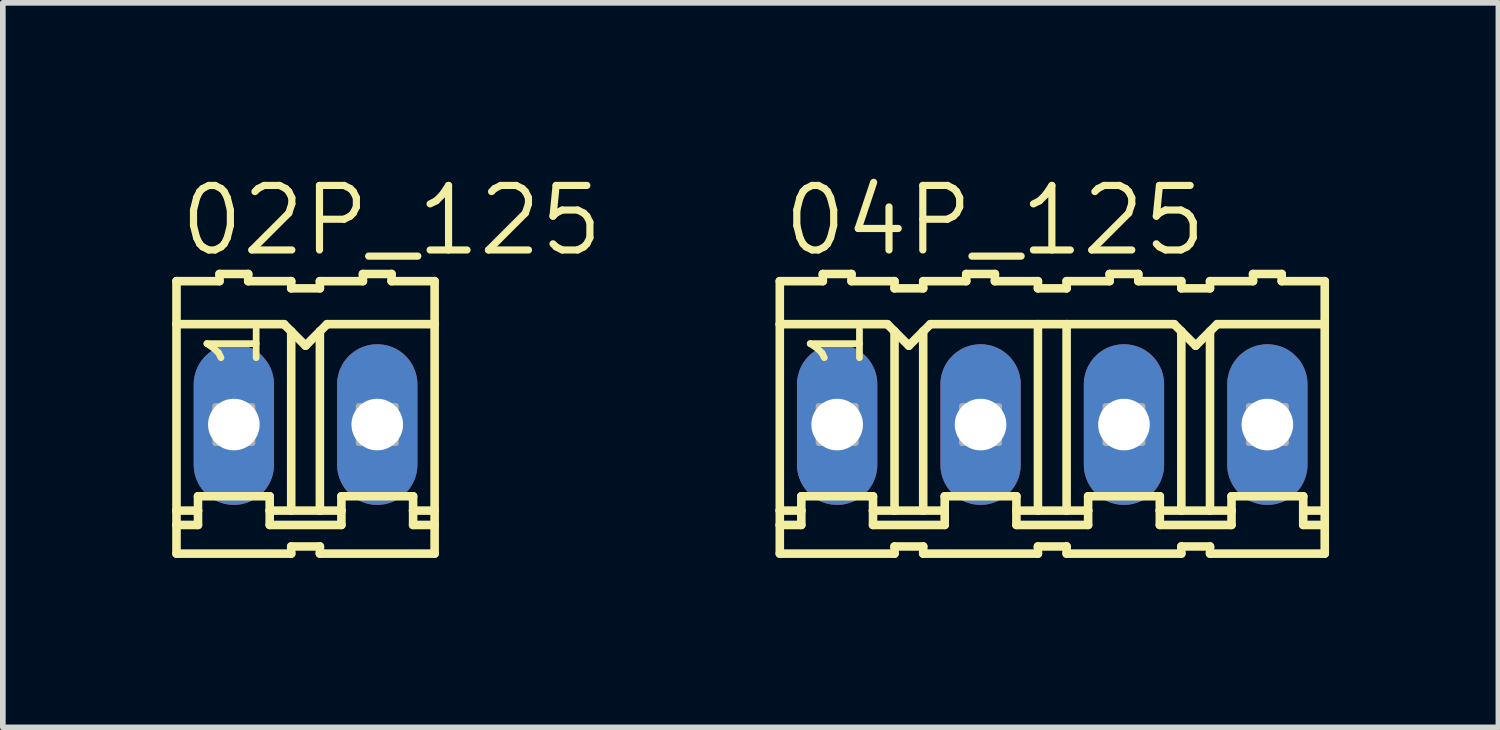
<source format=kicad_pcb>
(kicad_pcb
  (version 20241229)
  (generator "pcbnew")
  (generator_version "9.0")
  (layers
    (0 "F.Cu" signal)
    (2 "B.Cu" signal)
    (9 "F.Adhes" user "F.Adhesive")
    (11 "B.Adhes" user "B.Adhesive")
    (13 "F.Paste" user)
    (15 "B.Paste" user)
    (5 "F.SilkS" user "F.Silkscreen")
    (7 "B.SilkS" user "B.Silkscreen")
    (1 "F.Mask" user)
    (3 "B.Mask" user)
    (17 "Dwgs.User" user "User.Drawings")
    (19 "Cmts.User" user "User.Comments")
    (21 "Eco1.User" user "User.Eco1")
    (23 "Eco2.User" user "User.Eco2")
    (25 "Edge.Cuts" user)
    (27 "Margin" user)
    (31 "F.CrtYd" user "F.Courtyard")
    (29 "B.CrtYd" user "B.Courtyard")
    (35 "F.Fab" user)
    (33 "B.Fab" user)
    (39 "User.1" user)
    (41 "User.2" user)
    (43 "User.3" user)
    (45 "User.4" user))
  (footprint "04P_125"
    (layer "F.Cu")
    (at 15.588 4.47)
    (property "Reference" "04P_125" (at -4.826 -2.946 0) (unlocked yes) (layer "F.SilkS") (effects (font (size 1.143 1.143) (thickness 0.127)) (justify left bottom)))
    (fp_line (start -4.826 -2.54) (end -4.826 -1.778) (stroke (width 0.152) (type solid)) (layer "F.SilkS"))
    (fp_line (start -4.826 -2.54) (end -4.064 -2.54) (stroke (width 0.152) (type solid)) (layer "F.SilkS"))
    (fp_line (start -4.826 -1.778) (end -4.826 1.524) (stroke (width 0.152) (type solid)) (layer "F.SilkS"))
    (fp_line (start -4.826 1.524) (end -4.826 1.778) (stroke (width 0.152) (type solid)) (layer "F.SilkS"))
    (fp_line (start -4.826 1.778) (end -4.826 2.286) (stroke (width 0.152) (type solid)) (layer "F.SilkS"))
    (fp_line (start -4.826 1.778) (end -4.445 1.778) (stroke (width 0.152) (type solid)) (layer "F.SilkS"))
    (fp_line (start -4.445 1.27) (end -3.175 1.27) (stroke (width 0.152) (type solid)) (layer "F.SilkS"))
    (fp_line (start -4.445 1.524) (end -4.826 1.524) (stroke (width 0.152) (type solid)) (layer "F.SilkS"))
    (fp_line (start -4.445 1.524) (end -4.445 1.27) (stroke (width 0.152) (type solid)) (layer "F.SilkS"))
    (fp_line (start -4.445 1.778) (end -4.445 1.524) (stroke (width 0.152) (type solid)) (layer "F.SilkS"))
    (fp_line (start -4.064 -2.54) (end -4.064 -2.667) (stroke (width 0.152) (type solid)) (layer "F.SilkS"))
    (fp_line (start -3.556 -2.667) (end -4.064 -2.667) (stroke (width 0.152) (type solid)) (layer "F.SilkS"))
    (fp_line (start -3.556 -2.54) (end -3.556 -2.667) (stroke (width 0.152) (type solid)) (layer "F.SilkS"))
    (fp_line (start -3.175 1.524) (end -3.175 1.27) (stroke (width 0.152) (type solid)) (layer "F.SilkS"))
    (fp_line (start -3.175 1.524) (end -2.794 1.524) (stroke (width 0.152) (type solid)) (layer "F.SilkS"))
    (fp_line (start -3.175 1.778) (end -3.175 1.524) (stroke (width 0.152) (type solid)) (layer "F.SilkS"))
    (fp_line (start -2.921 -1.778) (end -4.826 -1.778) (stroke (width 0.152) (type solid)) (layer "F.SilkS"))
    (fp_line (start -2.921 -1.778) (end -2.794 -1.651) (stroke (width 0.152) (type solid)) (layer "F.SilkS"))
    (fp_line (start -2.794 -2.54) (end -3.556 -2.54) (stroke (width 0.152) (type solid)) (layer "F.SilkS"))
    (fp_line (start -2.794 -2.413) (end -2.794 -2.54) (stroke (width 0.152) (type solid)) (layer "F.SilkS"))
    (fp_line (start -2.794 -2.413) (end -2.286 -2.413) (stroke (width 0.152) (type solid)) (layer "F.SilkS"))
    (fp_line (start -2.794 -1.651) (end -2.794 1.524) (stroke (width 0.152) (type solid)) (layer "F.SilkS"))
    (fp_line (start -2.794 -1.651) (end -2.54 -1.397) (stroke (width 0.152) (type solid)) (layer "F.SilkS"))
    (fp_line (start -2.794 1.524) (end -2.286 1.524) (stroke (width 0.152) (type solid)) (layer "F.SilkS"))
    (fp_line (start -2.794 2.159) (end -2.794 2.286) (stroke (width 0.152) (type solid)) (layer "F.SilkS"))
    (fp_line (start -2.794 2.286) (end -4.826 2.286) (stroke (width 0.152) (type solid)) (layer "F.SilkS"))
    (fp_line (start -2.54 -1.397) (end -2.286 -1.651) (stroke (width 0.152) (type solid)) (layer "F.SilkS"))
    (fp_line (start -2.286 -2.54) (end -1.524 -2.54) (stroke (width 0.152) (type solid)) (layer "F.SilkS"))
    (fp_line (start -2.286 -2.413) (end -2.286 -2.54) (stroke (width 0.152) (type solid)) (layer "F.SilkS"))
    (fp_line (start -2.286 -1.651) (end -2.286 1.524) (stroke (width 0.152) (type solid)) (layer "F.SilkS"))
    (fp_line (start -2.286 -1.651) (end -2.159 -1.778) (stroke (width 0.152) (type solid)) (layer "F.SilkS"))
    (fp_line (start -2.286 1.524) (end -1.905 1.524) (stroke (width 0.152) (type solid)) (layer "F.SilkS"))
    (fp_line (start -2.286 2.159) (end -2.794 2.159) (stroke (width 0.152) (type solid)) (layer "F.SilkS"))
    (fp_line (start -2.286 2.159) (end -2.286 2.286) (stroke (width 0.152) (type solid)) (layer "F.SilkS"))
    (fp_line (start -2.286 2.286) (end -0.254 2.286) (stroke (width 0.152) (type solid)) (layer "F.SilkS"))
    (fp_line (start -2.159 -1.778) (end -0.254 -1.778) (stroke (width 0.152) (type solid)) (layer "F.SilkS"))
    (fp_line (start -1.905 1.27) (end -0.635 1.27) (stroke (width 0.152) (type solid)) (layer "F.SilkS"))
    (fp_line (start -1.905 1.524) (end -1.905 1.27) (stroke (width 0.152) (type solid)) (layer "F.SilkS"))
    (fp_line (start -1.905 1.778) (end -3.175 1.778) (stroke (width 0.152) (type solid)) (layer "F.SilkS"))
    (fp_line (start -1.905 1.778) (end -1.905 1.524) (stroke (width 0.152) (type solid)) (layer "F.SilkS"))
    (fp_line (start -1.524 -2.54) (end -1.524 -2.667) (stroke (width 0.152) (type solid)) (layer "F.SilkS"))
    (fp_line (start -1.016 -2.667) (end -1.524 -2.667) (stroke (width 0.152) (type solid)) (layer "F.SilkS"))
    (fp_line (start -1.016 -2.54) (end -1.016 -2.667) (stroke (width 0.152) (type solid)) (layer "F.SilkS"))
    (fp_line (start -1.016 -2.54) (end -0.254 -2.54) (stroke (width 0.152) (type solid)) (layer "F.SilkS"))
    (fp_line (start -0.635 1.524) (end -0.635 1.27) (stroke (width 0.152) (type solid)) (layer "F.SilkS"))
    (fp_line (start -0.635 1.524) (end -0.254 1.524) (stroke (width 0.152) (type solid)) (layer "F.SilkS"))
    (fp_line (start -0.635 1.778) (end -0.635 1.524) (stroke (width 0.152) (type solid)) (layer "F.SilkS"))
    (fp_line (start -0.635 1.778) (end 0.635 1.778) (stroke (width 0.152) (type solid)) (layer "F.SilkS"))
    (fp_line (start -0.254 -2.413) (end -0.254 -2.54) (stroke (width 0.152) (type solid)) (layer "F.SilkS"))
    (fp_line (start -0.254 -1.778) (end -0.254 1.524) (stroke (width 0.152) (type solid)) (layer "F.SilkS"))
    (fp_line (start -0.254 -1.778) (end 0.254 -1.778) (stroke (width 0.152) (type solid)) (layer "F.SilkS"))
    (fp_line (start -0.254 1.524) (end 0.254 1.524) (stroke (width 0.152) (type solid)) (layer "F.SilkS"))
    (fp_line (start -0.254 2.159) (end -0.254 2.286) (stroke (width 0.152) (type solid)) (layer "F.SilkS"))
    (fp_line (start 0.254 -2.54) (end 1.016 -2.54) (stroke (width 0.152) (type solid)) (layer "F.SilkS"))
    (fp_line (start 0.254 -2.413) (end -0.254 -2.413) (stroke (width 0.152) (type solid)) (layer "F.SilkS"))
    (fp_line (start 0.254 -2.413) (end 0.254 -2.54) (stroke (width 0.152) (type solid)) (layer "F.SilkS"))
    (fp_line (start 0.254 -1.778) (end 0.254 1.524) (stroke (width 0.152) (type solid)) (layer "F.SilkS"))
    (fp_line (start 0.254 -1.778) (end 2.159 -1.778) (stroke (width 0.152) (type solid)) (layer "F.SilkS"))
    (fp_line (start 0.254 1.524) (end 0.635 1.524) (stroke (width 0.152) (type solid)) (layer "F.SilkS"))
    (fp_line (start 0.254 2.159) (end -0.254 2.159) (stroke (width 0.152) (type solid)) (layer "F.SilkS"))
    (fp_line (start 0.254 2.159) (end 0.254 2.286) (stroke (width 0.152) (type solid)) (layer "F.SilkS"))
    (fp_line (start 0.635 1.27) (end 1.905 1.27) (stroke (width 0.152) (type solid)) (layer "F.SilkS"))
    (fp_line (start 0.635 1.524) (end 0.635 1.27) (stroke (width 0.152) (type solid)) (layer "F.SilkS"))
    (fp_line (start 0.635 1.778) (end 0.635 1.524) (stroke (width 0.152) (type solid)) (layer "F.SilkS"))
    (fp_line (start 1.016 -2.54) (end 1.016 -2.667) (stroke (width 0.152) (type solid)) (layer "F.SilkS"))
    (fp_line (start 1.524 -2.667) (end 1.016 -2.667) (stroke (width 0.152) (type solid)) (layer "F.SilkS"))
    (fp_line (start 1.524 -2.54) (end 1.524 -2.667) (stroke (width 0.152) (type solid)) (layer "F.SilkS"))
    (fp_line (start 1.524 -2.54) (end 2.286 -2.54) (stroke (width 0.152) (type solid)) (layer "F.SilkS"))
    (fp_line (start 1.905 1.524) (end 1.905 1.27) (stroke (width 0.152) (type solid)) (layer "F.SilkS"))
    (fp_line (start 1.905 1.524) (end 2.286 1.524) (stroke (width 0.152) (type solid)) (layer "F.SilkS"))
    (fp_line (start 1.905 1.778) (end 1.905 1.524) (stroke (width 0.152) (type solid)) (layer "F.SilkS"))
    (fp_line (start 1.905 1.778) (end 3.175 1.778) (stroke (width 0.152) (type solid)) (layer "F.SilkS"))
    (fp_line (start 2.159 -1.778) (end 2.286 -1.651) (stroke (width 0.152) (type solid)) (layer "F.SilkS"))
    (fp_line (start 2.286 -2.413) (end 2.286 -2.54) (stroke (width 0.152) (type solid)) (layer "F.SilkS"))
    (fp_line (start 2.286 -1.651) (end 2.286 1.524) (stroke (width 0.152) (type solid)) (layer "F.SilkS"))
    (fp_line (start 2.286 -1.651) (end 2.54 -1.397) (stroke (width 0.152) (type solid)) (layer "F.SilkS"))
    (fp_line (start 2.286 1.524) (end 2.794 1.524) (stroke (width 0.152) (type solid)) (layer "F.SilkS"))
    (fp_line (start 2.286 2.159) (end 2.286 2.286) (stroke (width 0.152) (type solid)) (layer "F.SilkS"))
    (fp_line (start 2.286 2.286) (end 0.254 2.286) (stroke (width 0.152) (type solid)) (layer "F.SilkS"))
    (fp_line (start 2.54 -1.397) (end 2.921 -1.778) (stroke (width 0.152) (type solid)) (layer "F.SilkS"))
    (fp_line (start 2.794 -2.54) (end 3.556 -2.54) (stroke (width 0.152) (type solid)) (layer "F.SilkS"))
    (fp_line (start 2.794 -2.413) (end 2.286 -2.413) (stroke (width 0.152) (type solid)) (layer "F.SilkS"))
    (fp_line (start 2.794 -2.413) (end 2.794 -2.54) (stroke (width 0.152) (type solid)) (layer "F.SilkS"))
    (fp_line (start 2.794 -1.651) (end 2.794 1.524) (stroke (width 0.152) (type solid)) (layer "F.SilkS"))
    (fp_line (start 2.794 1.524) (end 3.175 1.524) (stroke (width 0.152) (type solid)) (layer "F.SilkS"))
    (fp_line (start 2.794 2.159) (end 2.286 2.159) (stroke (width 0.152) (type solid)) (layer "F.SilkS"))
    (fp_line (start 2.794 2.159) (end 2.794 2.286) (stroke (width 0.152) (type solid)) (layer "F.SilkS"))
    (fp_line (start 2.921 -1.778) (end 4.826 -1.778) (stroke (width 0.152) (type solid)) (layer "F.SilkS"))
    (fp_line (start 3.175 1.27) (end 4.445 1.27) (stroke (width 0.152) (type solid)) (layer "F.SilkS"))
    (fp_line (start 3.175 1.524) (end 3.175 1.27) (stroke (width 0.152) (type solid)) (layer "F.SilkS"))
    (fp_line (start 3.175 1.778) (end 3.175 1.524) (stroke (width 0.152) (type solid)) (layer "F.SilkS"))
    (fp_line (start 3.556 -2.54) (end 3.556 -2.667) (stroke (width 0.152) (type solid)) (layer "F.SilkS"))
    (fp_line (start 4.064 -2.667) (end 3.556 -2.667) (stroke (width 0.152) (type solid)) (layer "F.SilkS"))
    (fp_line (start 4.064 -2.54) (end 4.064 -2.667) (stroke (width 0.152) (type solid)) (layer "F.SilkS"))
    (fp_line (start 4.064 -2.54) (end 4.826 -2.54) (stroke (width 0.152) (type solid)) (layer "F.SilkS"))
    (fp_line (start 4.445 1.524) (end 4.445 1.27) (stroke (width 0.152) (type solid)) (layer "F.SilkS"))
    (fp_line (start 4.445 1.524) (end 4.826 1.524) (stroke (width 0.152) (type solid)) (layer "F.SilkS"))
    (fp_line (start 4.445 1.778) (end 4.445 1.524) (stroke (width 0.152) (type solid)) (layer "F.SilkS"))
    (fp_line (start 4.826 -2.54) (end 4.826 -1.778) (stroke (width 0.152) (type solid)) (layer "F.SilkS"))
    (fp_line (start 4.826 -1.778) (end 4.826 1.524) (stroke (width 0.152) (type solid)) (layer "F.SilkS"))
    (fp_line (start 4.826 1.778) (end 4.445 1.778) (stroke (width 0.152) (type solid)) (layer "F.SilkS"))
    (fp_line (start 4.826 1.778) (end 4.826 1.524) (stroke (width 0.152) (type solid)) (layer "F.SilkS"))
    (fp_line (start 4.826 1.778) (end 4.826 2.286) (stroke (width 0.152) (type solid)) (layer "F.SilkS"))
    (fp_line (start 4.826 2.286) (end 2.794 2.286) (stroke (width 0.152) (type solid)) (layer "F.SilkS"))
    (fp_poly (pts (xy -4.14 0.33) (xy -3.48 0.33) (xy -3.48 -0.33) (xy -4.14 -0.33)) (stroke (width 0.1) (type default)) (fill no) (layer "F.Fab"))
    (fp_poly (pts (xy -1.6 0.33) (xy -0.94 0.33) (xy -0.94 -0.33) (xy -1.6 -0.33)) (stroke (width 0.1) (type default)) (fill no) (layer "F.Fab"))
    (fp_poly (pts (xy 0.94 0.33) (xy 1.6 0.33) (xy 1.6 -0.33) (xy 0.94 -0.33)) (stroke (width 0.1) (type default)) (fill no) (layer "F.Fab"))
    (fp_poly (pts (xy 3.48 0.33) (xy 4.14 0.33) (xy 4.14 -0.33) (xy 3.48 -0.33)) (stroke (width 0.1) (type default)) (fill no) (layer "F.Fab"))
    (fp_text user "1" (at -3.302 -0.94 90) (unlocked yes) (layer "F.SilkS") (effects (font (size 0.872 0.872) (thickness 0.119)) (justify left bottom)))
    (pad "1" thru_hole oval (at -3.81 0 90) (size 2.845 1.422) (drill 0.914) (layers "*.Cu" "*.Mask"))
    (pad "2" thru_hole oval (at -1.27 0 90) (size 2.845 1.422) (drill 0.914) (layers "*.Cu" "*.Mask"))
    (pad "3" thru_hole oval (at 1.27 0 90) (size 2.845 1.422) (drill 0.914) (layers "*.Cu" "*.Mask"))
    (pad "4" thru_hole oval (at 3.81 0 90) (size 2.845 1.422) (drill 0.914) (layers "*.Cu" "*.Mask")))
  (footprint "02P_125"
    (layer "F.Cu")
    (at 2.362 4.47)
    (property "Reference" "02P_125" (at -2.286 -2.946 0) (unlocked yes) (layer "F.SilkS") (effects (font (size 1.143 1.143) (thickness 0.127)) (justify left bottom)))
    (fp_line (start -2.286 -2.54) (end -2.286 -1.778) (stroke (width 0.152) (type solid)) (layer "F.SilkS"))
    (fp_line (start -2.286 -2.54) (end -1.524 -2.54) (stroke (width 0.152) (type solid)) (layer "F.SilkS"))
    (fp_line (start -2.286 -1.778) (end -2.286 1.524) (stroke (width 0.152) (type solid)) (layer "F.SilkS"))
    (fp_line (start -2.286 -1.778) (end -0.381 -1.778) (stroke (width 0.152) (type solid)) (layer "F.SilkS"))
    (fp_line (start -2.286 1.524) (end -2.286 1.778) (stroke (width 0.152) (type solid)) (layer "F.SilkS"))
    (fp_line (start -2.286 1.778) (end -2.286 2.286) (stroke (width 0.152) (type solid)) (layer "F.SilkS"))
    (fp_line (start -2.286 1.778) (end -1.905 1.778) (stroke (width 0.152) (type solid)) (layer "F.SilkS"))
    (fp_line (start -1.905 1.27) (end -0.635 1.27) (stroke (width 0.152) (type solid)) (layer "F.SilkS"))
    (fp_line (start -1.905 1.524) (end -2.286 1.524) (stroke (width 0.152) (type solid)) (layer "F.SilkS"))
    (fp_line (start -1.905 1.524) (end -1.905 1.27) (stroke (width 0.152) (type solid)) (layer "F.SilkS"))
    (fp_line (start -1.905 1.778) (end -1.905 1.524) (stroke (width 0.152) (type solid)) (layer "F.SilkS"))
    (fp_line (start -1.524 -2.54) (end -1.524 -2.667) (stroke (width 0.152) (type solid)) (layer "F.SilkS"))
    (fp_line (start -1.016 -2.667) (end -1.524 -2.667) (stroke (width 0.152) (type solid)) (layer "F.SilkS"))
    (fp_line (start -1.016 -2.54) (end -1.016 -2.667) (stroke (width 0.152) (type solid)) (layer "F.SilkS"))
    (fp_line (start -0.635 1.524) (end -0.635 1.27) (stroke (width 0.152) (type solid)) (layer "F.SilkS"))
    (fp_line (start -0.635 1.524) (end -0.254 1.524) (stroke (width 0.152) (type solid)) (layer "F.SilkS"))
    (fp_line (start -0.635 1.778) (end -0.635 1.524) (stroke (width 0.152) (type solid)) (layer "F.SilkS"))
    (fp_line (start -0.635 1.778) (end 0.635 1.778) (stroke (width 0.152) (type solid)) (layer "F.SilkS"))
    (fp_line (start -0.381 -1.778) (end -0.254 -1.651) (stroke (width 0.152) (type solid)) (layer "F.SilkS"))
    (fp_line (start -0.254 -2.54) (end -1.016 -2.54) (stroke (width 0.152) (type solid)) (layer "F.SilkS"))
    (fp_line (start -0.254 -2.413) (end -0.254 -2.54) (stroke (width 0.152) (type solid)) (layer "F.SilkS"))
    (fp_line (start -0.254 -1.651) (end 0 -1.397) (stroke (width 0.152) (type solid)) (layer "F.SilkS"))
    (fp_line (start -0.254 1.524) (end -0.254 -1.651) (stroke (width 0.152) (type solid)) (layer "F.SilkS"))
    (fp_line (start -0.254 1.524) (end 0.254 1.524) (stroke (width 0.152) (type solid)) (layer "F.SilkS"))
    (fp_line (start -0.254 2.159) (end -0.254 2.286) (stroke (width 0.152) (type solid)) (layer "F.SilkS"))
    (fp_line (start -0.254 2.286) (end -2.286 2.286) (stroke (width 0.152) (type solid)) (layer "F.SilkS"))
    (fp_line (start 0 -1.397) (end 0.254 -1.651) (stroke (width 0.152) (type solid)) (layer "F.SilkS"))
    (fp_line (start 0.254 -2.54) (end 1.016 -2.54) (stroke (width 0.152) (type solid)) (layer "F.SilkS"))
    (fp_line (start 0.254 -2.413) (end -0.254 -2.413) (stroke (width 0.152) (type solid)) (layer "F.SilkS"))
    (fp_line (start 0.254 -2.413) (end 0.254 -2.54) (stroke (width 0.152) (type solid)) (layer "F.SilkS"))
    (fp_line (start 0.254 -1.651) (end 0.381 -1.778) (stroke (width 0.152) (type solid)) (layer "F.SilkS"))
    (fp_line (start 0.254 1.524) (end 0.254 -1.651) (stroke (width 0.152) (type solid)) (layer "F.SilkS"))
    (fp_line (start 0.254 1.524) (end 0.635 1.524) (stroke (width 0.152) (type solid)) (layer "F.SilkS"))
    (fp_line (start 0.254 2.159) (end -0.254 2.159) (stroke (width 0.152) (type solid)) (layer "F.SilkS"))
    (fp_line (start 0.254 2.159) (end 0.254 2.286) (stroke (width 0.152) (type solid)) (layer "F.SilkS"))
    (fp_line (start 0.381 -1.778) (end 2.286 -1.778) (stroke (width 0.152) (type solid)) (layer "F.SilkS"))
    (fp_line (start 0.635 1.27) (end 1.905 1.27) (stroke (width 0.152) (type solid)) (layer "F.SilkS"))
    (fp_line (start 0.635 1.524) (end 0.635 1.27) (stroke (width 0.152) (type solid)) (layer "F.SilkS"))
    (fp_line (start 0.635 1.778) (end 0.635 1.524) (stroke (width 0.152) (type solid)) (layer "F.SilkS"))
    (fp_line (start 1.016 -2.54) (end 1.016 -2.667) (stroke (width 0.152) (type solid)) (layer "F.SilkS"))
    (fp_line (start 1.524 -2.667) (end 1.016 -2.667) (stroke (width 0.152) (type solid)) (layer "F.SilkS"))
    (fp_line (start 1.524 -2.54) (end 1.524 -2.667) (stroke (width 0.152) (type solid)) (layer "F.SilkS"))
    (fp_line (start 1.524 -2.54) (end 2.286 -2.54) (stroke (width 0.152) (type solid)) (layer "F.SilkS"))
    (fp_line (start 1.905 1.524) (end 1.905 1.27) (stroke (width 0.152) (type solid)) (layer "F.SilkS"))
    (fp_line (start 1.905 1.524) (end 2.286 1.524) (stroke (width 0.152) (type solid)) (layer "F.SilkS"))
    (fp_line (start 1.905 1.778) (end 1.905 1.524) (stroke (width 0.152) (type solid)) (layer "F.SilkS"))
    (fp_line (start 2.286 -1.778) (end 2.286 -2.54) (stroke (width 0.152) (type solid)) (layer "F.SilkS"))
    (fp_line (start 2.286 -1.778) (end 2.286 1.524) (stroke (width 0.152) (type solid)) (layer "F.SilkS"))
    (fp_line (start 2.286 1.524) (end 2.286 1.778) (stroke (width 0.152) (type solid)) (layer "F.SilkS"))
    (fp_line (start 2.286 1.778) (end 1.905 1.778) (stroke (width 0.152) (type solid)) (layer "F.SilkS"))
    (fp_line (start 2.286 1.778) (end 2.286 2.286) (stroke (width 0.152) (type solid)) (layer "F.SilkS"))
    (fp_line (start 2.286 2.286) (end 0.254 2.286) (stroke (width 0.152) (type solid)) (layer "F.SilkS"))
    (fp_poly (pts (xy -1.6 0.33) (xy -0.94 0.33) (xy -0.94 -0.33) (xy -1.6 -0.33)) (stroke (width 0.1) (type default)) (fill no) (layer "F.Fab"))
    (fp_poly (pts (xy 0.94 0.33) (xy 1.6 0.33) (xy 1.6 -0.33) (xy 0.94 -0.33)) (stroke (width 0.1) (type default)) (fill no) (layer "F.Fab"))
    (fp_text user "1" (at -0.762 -0.94 90) (unlocked yes) (layer "F.SilkS") (effects (font (size 0.872 0.872) (thickness 0.119)) (justify left bottom)))
    (pad "1" thru_hole oval (at -1.27 0 90) (size 2.845 1.422) (drill 0.914) (layers "*.Cu" "*.Mask"))
    (pad "2" thru_hole oval (at 1.27 0 90) (size 2.845 1.422) (drill 0.914) (layers "*.Cu" "*.Mask")))
  (gr_rect
    (start -3 -3)
    (end 23.49 9.833)
    (stroke (width 0.1) (type default))
    (fill no)
    (layer "Edge.Cuts")))
</source>
